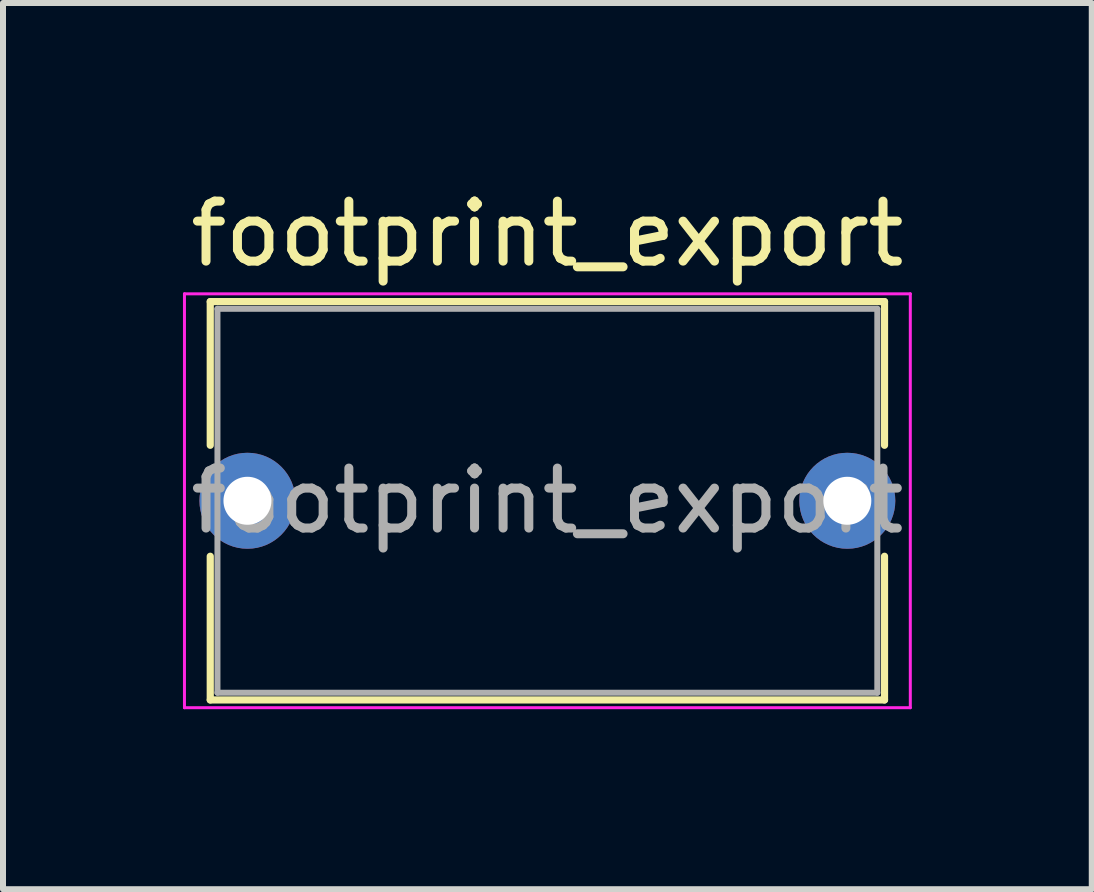
<source format=kicad_pcb>
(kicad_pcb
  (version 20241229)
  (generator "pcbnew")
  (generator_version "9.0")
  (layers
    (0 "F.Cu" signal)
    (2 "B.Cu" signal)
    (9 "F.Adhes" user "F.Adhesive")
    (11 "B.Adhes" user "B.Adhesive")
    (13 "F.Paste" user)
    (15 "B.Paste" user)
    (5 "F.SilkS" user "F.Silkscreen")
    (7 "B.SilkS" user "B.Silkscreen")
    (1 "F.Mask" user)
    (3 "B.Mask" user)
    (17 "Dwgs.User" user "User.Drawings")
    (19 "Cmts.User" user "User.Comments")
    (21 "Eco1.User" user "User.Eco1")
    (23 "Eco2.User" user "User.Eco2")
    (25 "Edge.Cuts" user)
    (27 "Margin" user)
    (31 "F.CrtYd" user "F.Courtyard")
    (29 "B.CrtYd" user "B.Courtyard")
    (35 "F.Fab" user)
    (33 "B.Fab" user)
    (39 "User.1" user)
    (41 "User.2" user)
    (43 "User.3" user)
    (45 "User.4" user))
  (footprint "footprint_export"
    (layer "F.Cu")
    (at 1.075 5.298)
    (property "Reference" "footprint_export" (at 5 -4.45 0) (layer "F.SilkS") (effects (font (size 1 1) (thickness 0.15))))
    (attr through_hole)
    (fp_line (start -0.62 -3.32) (end -0.62 -0.925) (stroke (width 0.12) (type solid)) (layer "F.SilkS"))
    (fp_line (start -0.62 -3.32) (end 10.62 -3.32) (stroke (width 0.12) (type solid)) (layer "F.SilkS"))
    (fp_line (start -0.62 0.925) (end -0.62 3.32) (stroke (width 0.12) (type solid)) (layer "F.SilkS"))
    (fp_line (start -0.62 3.32) (end 10.62 3.32) (stroke (width 0.12) (type solid)) (layer "F.SilkS"))
    (fp_line (start 10.62 -3.32) (end 10.62 -0.925) (stroke (width 0.12) (type solid)) (layer "F.SilkS"))
    (fp_line (start 10.62 0.925) (end 10.62 3.32) (stroke (width 0.12) (type solid)) (layer "F.SilkS"))
    (fp_line (start -1.05 -3.45) (end -1.05 3.45) (stroke (width 0.05) (type solid)) (layer "F.CrtYd"))
    (fp_line (start -1.05 3.45) (end 11.05 3.45) (stroke (width 0.05) (type solid)) (layer "F.CrtYd"))
    (fp_line (start 11.05 -3.45) (end -1.05 -3.45) (stroke (width 0.05) (type solid)) (layer "F.CrtYd"))
    (fp_line (start 11.05 3.45) (end 11.05 -3.45) (stroke (width 0.05) (type solid)) (layer "F.CrtYd"))
    (fp_line (start -0.5 -3.2) (end -0.5 3.2) (stroke (width 0.1) (type solid)) (layer "F.Fab"))
    (fp_line (start -0.5 3.2) (end 10.5 3.2) (stroke (width 0.1) (type solid)) (layer "F.Fab"))
    (fp_line (start 10.5 -3.2) (end -0.5 -3.2) (stroke (width 0.1) (type solid)) (layer "F.Fab"))
    (fp_line (start 10.5 3.2) (end 10.5 -3.2) (stroke (width 0.1) (type solid)) (layer "F.Fab"))
    (fp_text user "${REFERENCE}" (at 5 0 0) (layer "F.Fab") (effects (font (size 1 1) (thickness 0.15))))
    (pad "1" thru_hole circle (at 0 0) (size 1.6 1.6) (drill 0.8) (layers "*.Cu" "*.Mask"))
    (pad "2" thru_hole circle (at 10 0) (size 1.6 1.6) (drill 0.8) (layers "*.Cu" "*.Mask")))
  (gr_rect
    (start -3 -3)
    (end 15.15 11.773)
    (stroke (width 0.1) (type default))
    (fill no)
    (layer "Edge.Cuts")))
</source>
